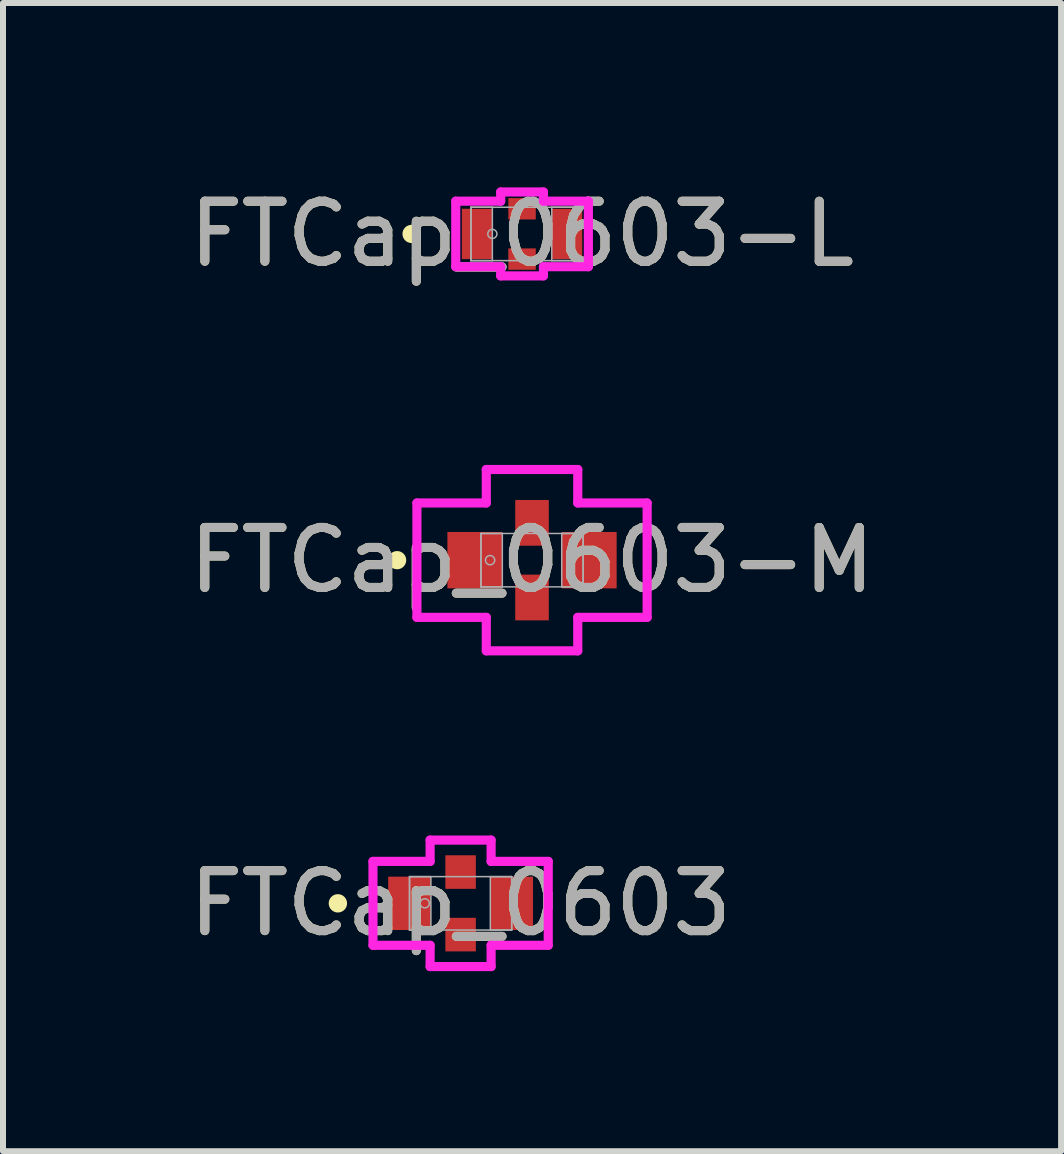
<source format=kicad_pcb>
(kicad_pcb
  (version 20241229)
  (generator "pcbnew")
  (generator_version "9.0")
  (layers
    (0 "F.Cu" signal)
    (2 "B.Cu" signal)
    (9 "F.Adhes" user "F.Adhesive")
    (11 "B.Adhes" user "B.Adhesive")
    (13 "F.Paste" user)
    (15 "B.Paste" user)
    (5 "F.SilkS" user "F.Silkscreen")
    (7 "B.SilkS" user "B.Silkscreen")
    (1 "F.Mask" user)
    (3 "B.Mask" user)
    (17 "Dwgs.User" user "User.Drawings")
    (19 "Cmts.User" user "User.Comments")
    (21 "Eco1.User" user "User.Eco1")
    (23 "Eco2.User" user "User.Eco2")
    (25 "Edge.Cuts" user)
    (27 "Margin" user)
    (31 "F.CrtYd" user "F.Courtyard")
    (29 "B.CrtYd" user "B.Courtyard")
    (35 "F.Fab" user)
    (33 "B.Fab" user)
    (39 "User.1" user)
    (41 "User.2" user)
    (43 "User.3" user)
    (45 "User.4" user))
  (footprint "FTCap_0603-L"
    (layer "F.Cu")
    (at 5.649 0.848)
    (property "Reference" "FTCap_0603-L" (at 0 0 0) (unlocked yes) (layer "F.SilkS") (effects (font (size 1 1) (thickness 0.15))))
    (attr smd)
    (fp_circle (center -1.841 0) (end -1.765 0) (stroke (width 0.152) (type solid)) (fill no) (layer "F.SilkS"))
    (fp_line (start -1.105 -0.546) (end -0.356 -0.546) (stroke (width 0.152) (type solid)) (layer "F.CrtYd"))
    (fp_line (start -1.105 0.546) (end -1.105 -0.546) (stroke (width 0.152) (type solid)) (layer "F.CrtYd"))
    (fp_line (start -1.105 0.546) (end -0.356 0.546) (stroke (width 0.152) (type solid)) (layer "F.CrtYd"))
    (fp_line (start -0.356 -0.699) (end 0.356 -0.699) (stroke (width 0.152) (type solid)) (layer "F.CrtYd"))
    (fp_line (start -0.356 -0.546) (end -0.356 -0.699) (stroke (width 0.152) (type solid)) (layer "F.CrtYd"))
    (fp_line (start -0.356 0.546) (end -0.356 0.699) (stroke (width 0.152) (type solid)) (layer "F.CrtYd"))
    (fp_line (start -0.356 0.699) (end 0.356 0.699) (stroke (width 0.152) (type solid)) (layer "F.CrtYd"))
    (fp_line (start 0.356 -0.546) (end 0.356 -0.699) (stroke (width 0.152) (type solid)) (layer "F.CrtYd"))
    (fp_line (start 0.356 0.546) (end 0.356 0.699) (stroke (width 0.152) (type solid)) (layer "F.CrtYd"))
    (fp_line (start 1.105 -0.546) (end 0.356 -0.546) (stroke (width 0.152) (type solid)) (layer "F.CrtYd"))
    (fp_line (start 1.105 0.546) (end 0.356 0.546) (stroke (width 0.152) (type solid)) (layer "F.CrtYd"))
    (fp_line (start 1.105 0.546) (end 1.105 -0.546) (stroke (width 0.152) (type solid)) (layer "F.CrtYd"))
    (fp_line (start -0.851 -0.445) (end -0.851 0.445) (stroke (width 0.025) (type solid)) (layer "F.Fab"))
    (fp_line (start -0.851 -0.445) (end -0.851 0.445) (stroke (width 0.025) (type solid)) (layer "F.Fab"))
    (fp_line (start -0.851 0.445) (end -0.495 0.445) (stroke (width 0.025) (type solid)) (layer "F.Fab"))
    (fp_line (start -0.851 0.445) (end 0.851 0.445) (stroke (width 0.025) (type solid)) (layer "F.Fab"))
    (fp_line (start -0.495 -0.445) (end -0.851 -0.445) (stroke (width 0.025) (type solid)) (layer "F.Fab"))
    (fp_line (start -0.495 0.445) (end -0.495 -0.445) (stroke (width 0.025) (type solid)) (layer "F.Fab"))
    (fp_line (start 0.495 -0.445) (end 0.495 0.445) (stroke (width 0.025) (type solid)) (layer "F.Fab"))
    (fp_line (start 0.495 0.445) (end 0.851 0.445) (stroke (width 0.025) (type solid)) (layer "F.Fab"))
    (fp_line (start 0.851 -0.445) (end -0.851 -0.445) (stroke (width 0.025) (type solid)) (layer "F.Fab"))
    (fp_line (start 0.851 -0.445) (end 0.495 -0.445) (stroke (width 0.025) (type solid)) (layer "F.Fab"))
    (fp_line (start 0.851 0.445) (end 0.851 -0.445) (stroke (width 0.025) (type solid)) (layer "F.Fab"))
    (fp_line (start 0.851 0.445) (end 0.851 -0.445) (stroke (width 0.025) (type solid)) (layer "F.Fab"))
    (fp_circle (center -0.495 0) (end -0.419 0) (stroke (width 0.025) (type solid)) (fill no) (layer "F.Fab"))
    (fp_text user "${REFERENCE}" (at 0 0 0) (unlocked yes) (layer "F.Fab") (effects (font (size 1 1) (thickness 0.15))))
    (pad "1" smd rect (at -0.749 0) (size 0.508 0.838) (layers "F.Cu" "F.Mask" "F.Paste"))
    (pad "2" smd rect (at 0 0.419) (size 0.457 0.356) (layers "F.Cu" "F.Mask" "F.Paste"))
    (pad "3" smd rect (at 0.749 0) (size 0.508 0.838) (layers "F.Cu" "F.Mask" "F.Paste"))
    (pad "4" smd rect (at 0 -0.419) (size 0.457 0.356) (layers "F.Cu" "F.Mask" "F.Paste")))
  (footprint "FTCap_0603"
    (layer "F.Cu")
    (at 4.625 12.002)
    (property "Reference" "FTCap_0603" (at 0 0 0) (unlocked yes) (layer "F.SilkS") (effects (font (size 1 1) (thickness 0.15))))
    (attr smd)
    (fp_circle (center -2.045 0) (end -1.968 0) (stroke (width 0.152) (type solid)) (fill no) (layer "F.SilkS"))
    (fp_line (start -1.46 -0.699) (end -0.508 -0.699) (stroke (width 0.152) (type solid)) (layer "F.CrtYd"))
    (fp_line (start -1.46 0.699) (end -1.46 -0.699) (stroke (width 0.152) (type solid)) (layer "F.CrtYd"))
    (fp_line (start -1.46 0.699) (end -0.508 0.699) (stroke (width 0.152) (type solid)) (layer "F.CrtYd"))
    (fp_line (start -0.508 -1.054) (end 0.508 -1.054) (stroke (width 0.152) (type solid)) (layer "F.CrtYd"))
    (fp_line (start -0.508 -0.699) (end -0.508 -1.054) (stroke (width 0.152) (type solid)) (layer "F.CrtYd"))
    (fp_line (start -0.508 0.699) (end -0.508 1.054) (stroke (width 0.152) (type solid)) (layer "F.CrtYd"))
    (fp_line (start -0.508 1.054) (end 0.508 1.054) (stroke (width 0.152) (type solid)) (layer "F.CrtYd"))
    (fp_line (start 0.508 -0.699) (end 0.508 -1.054) (stroke (width 0.152) (type solid)) (layer "F.CrtYd"))
    (fp_line (start 0.508 0.699) (end 0.508 1.054) (stroke (width 0.152) (type solid)) (layer "F.CrtYd"))
    (fp_line (start 1.46 -0.699) (end 0.508 -0.699) (stroke (width 0.152) (type solid)) (layer "F.CrtYd"))
    (fp_line (start 1.46 0.699) (end 0.508 0.699) (stroke (width 0.152) (type solid)) (layer "F.CrtYd"))
    (fp_line (start 1.46 0.699) (end 1.46 -0.699) (stroke (width 0.152) (type solid)) (layer "F.CrtYd"))
    (fp_line (start -0.851 -0.445) (end -0.851 0.445) (stroke (width 0.025) (type solid)) (layer "F.Fab"))
    (fp_line (start -0.851 -0.445) (end -0.851 0.445) (stroke (width 0.025) (type solid)) (layer "F.Fab"))
    (fp_line (start -0.851 0.445) (end -0.495 0.445) (stroke (width 0.025) (type solid)) (layer "F.Fab"))
    (fp_line (start -0.851 0.445) (end 0.851 0.445) (stroke (width 0.025) (type solid)) (layer "F.Fab"))
    (fp_line (start -0.495 -0.445) (end -0.851 -0.445) (stroke (width 0.025) (type solid)) (layer "F.Fab"))
    (fp_line (start -0.495 0.445) (end -0.495 -0.445) (stroke (width 0.025) (type solid)) (layer "F.Fab"))
    (fp_line (start 0.495 -0.445) (end 0.495 0.445) (stroke (width 0.025) (type solid)) (layer "F.Fab"))
    (fp_line (start 0.495 0.445) (end 0.851 0.445) (stroke (width 0.025) (type solid)) (layer "F.Fab"))
    (fp_line (start 0.851 -0.445) (end -0.851 -0.445) (stroke (width 0.025) (type solid)) (layer "F.Fab"))
    (fp_line (start 0.851 -0.445) (end 0.495 -0.445) (stroke (width 0.025) (type solid)) (layer "F.Fab"))
    (fp_line (start 0.851 0.445) (end 0.851 -0.445) (stroke (width 0.025) (type solid)) (layer "F.Fab"))
    (fp_line (start 0.851 0.445) (end 0.851 -0.445) (stroke (width 0.025) (type solid)) (layer "F.Fab"))
    (fp_circle (center -0.597 0) (end -0.521 0) (stroke (width 0.025) (type solid)) (fill no) (layer "F.Fab"))
    (fp_text user "${REFERENCE}" (at 0 0 0) (unlocked yes) (layer "F.Fab") (effects (font (size 1 1) (thickness 0.15))))
    (pad "1" smd rect (at -0.851 0) (size 0.711 0.889) (layers "F.Cu" "F.Mask" "F.Paste"))
    (pad "2" smd rect (at 0 0.521) (size 0.508 0.559) (layers "F.Cu" "F.Mask" "F.Paste"))
    (pad "3" smd rect (at 0.851 0) (size 0.711 0.889) (layers "F.Cu" "F.Mask" "F.Paste"))
    (pad "4" smd rect (at 0 -0.521) (size 0.508 0.559) (layers "F.Cu" "F.Mask" "F.Paste")))
  (footprint "FTCap_0603-M"
    (layer "F.Cu")
    (at 5.815 6.284)
    (property "Reference" "FTCap_0603-M" (at 0 0 0) (unlocked yes) (layer "F.SilkS") (effects (font (size 1 1) (thickness 0.15))))
    (attr smd)
    (fp_circle (center -2.248 0) (end -2.172 0) (stroke (width 0.152) (type solid)) (fill no) (layer "F.SilkS"))
    (fp_line (start -1.918 -0.953) (end -0.762 -0.953) (stroke (width 0.152) (type solid)) (layer "F.CrtYd"))
    (fp_line (start -1.918 0.953) (end -1.918 -0.953) (stroke (width 0.152) (type solid)) (layer "F.CrtYd"))
    (fp_line (start -1.918 0.953) (end -0.762 0.953) (stroke (width 0.152) (type solid)) (layer "F.CrtYd"))
    (fp_line (start -0.762 -1.511) (end 0.762 -1.511) (stroke (width 0.152) (type solid)) (layer "F.CrtYd"))
    (fp_line (start -0.762 -0.953) (end -0.762 -1.511) (stroke (width 0.152) (type solid)) (layer "F.CrtYd"))
    (fp_line (start -0.762 0.953) (end -0.762 1.511) (stroke (width 0.152) (type solid)) (layer "F.CrtYd"))
    (fp_line (start -0.762 1.511) (end 0.762 1.511) (stroke (width 0.152) (type solid)) (layer "F.CrtYd"))
    (fp_line (start 0.762 -0.953) (end 0.762 -1.511) (stroke (width 0.152) (type solid)) (layer "F.CrtYd"))
    (fp_line (start 0.762 0.953) (end 0.762 1.511) (stroke (width 0.152) (type solid)) (layer "F.CrtYd"))
    (fp_line (start 1.918 -0.953) (end 0.762 -0.953) (stroke (width 0.152) (type solid)) (layer "F.CrtYd"))
    (fp_line (start 1.918 0.953) (end 0.762 0.953) (stroke (width 0.152) (type solid)) (layer "F.CrtYd"))
    (fp_line (start 1.918 0.953) (end 1.918 -0.953) (stroke (width 0.152) (type solid)) (layer "F.CrtYd"))
    (fp_line (start -0.851 -0.445) (end -0.851 0.445) (stroke (width 0.025) (type solid)) (layer "F.Fab"))
    (fp_line (start -0.851 -0.445) (end -0.851 0.445) (stroke (width 0.025) (type solid)) (layer "F.Fab"))
    (fp_line (start -0.851 0.445) (end -0.495 0.445) (stroke (width 0.025) (type solid)) (layer "F.Fab"))
    (fp_line (start -0.851 0.445) (end 0.851 0.445) (stroke (width 0.025) (type solid)) (layer "F.Fab"))
    (fp_line (start -0.495 -0.445) (end -0.851 -0.445) (stroke (width 0.025) (type solid)) (layer "F.Fab"))
    (fp_line (start -0.495 0.445) (end -0.495 -0.445) (stroke (width 0.025) (type solid)) (layer "F.Fab"))
    (fp_line (start 0.495 -0.445) (end 0.495 0.445) (stroke (width 0.025) (type solid)) (layer "F.Fab"))
    (fp_line (start 0.495 0.445) (end 0.851 0.445) (stroke (width 0.025) (type solid)) (layer "F.Fab"))
    (fp_line (start 0.851 -0.445) (end -0.851 -0.445) (stroke (width 0.025) (type solid)) (layer "F.Fab"))
    (fp_line (start 0.851 -0.445) (end 0.495 -0.445) (stroke (width 0.025) (type solid)) (layer "F.Fab"))
    (fp_line (start 0.851 0.445) (end 0.851 -0.445) (stroke (width 0.025) (type solid)) (layer "F.Fab"))
    (fp_line (start 0.851 0.445) (end 0.851 -0.445) (stroke (width 0.025) (type solid)) (layer "F.Fab"))
    (fp_circle (center -0.699 0) (end -0.622 0) (stroke (width 0.025) (type solid)) (fill no) (layer "F.Fab"))
    (fp_text user "${REFERENCE}" (at 0 0 0) (unlocked yes) (layer "F.Fab") (effects (font (size 1 1) (thickness 0.15))))
    (pad "1" smd rect (at -0.953 0) (size 0.914 0.94) (layers "F.Cu" "F.Mask" "F.Paste"))
    (pad "2" smd rect (at 0 0.622) (size 0.559 0.762) (layers "F.Cu" "F.Mask" "F.Paste"))
    (pad "3" smd rect (at 0.953 0) (size 0.914 0.94) (layers "F.Cu" "F.Mask" "F.Paste"))
    (pad "4" smd rect (at 0 -0.622) (size 0.559 0.762) (layers "F.Cu" "F.Mask" "F.Paste")))
  (gr_rect
    (start -3 -3)
    (end 14.631 16.132)
    (stroke (width 0.1) (type default))
    (fill no)
    (layer "Edge.Cuts")))
</source>
